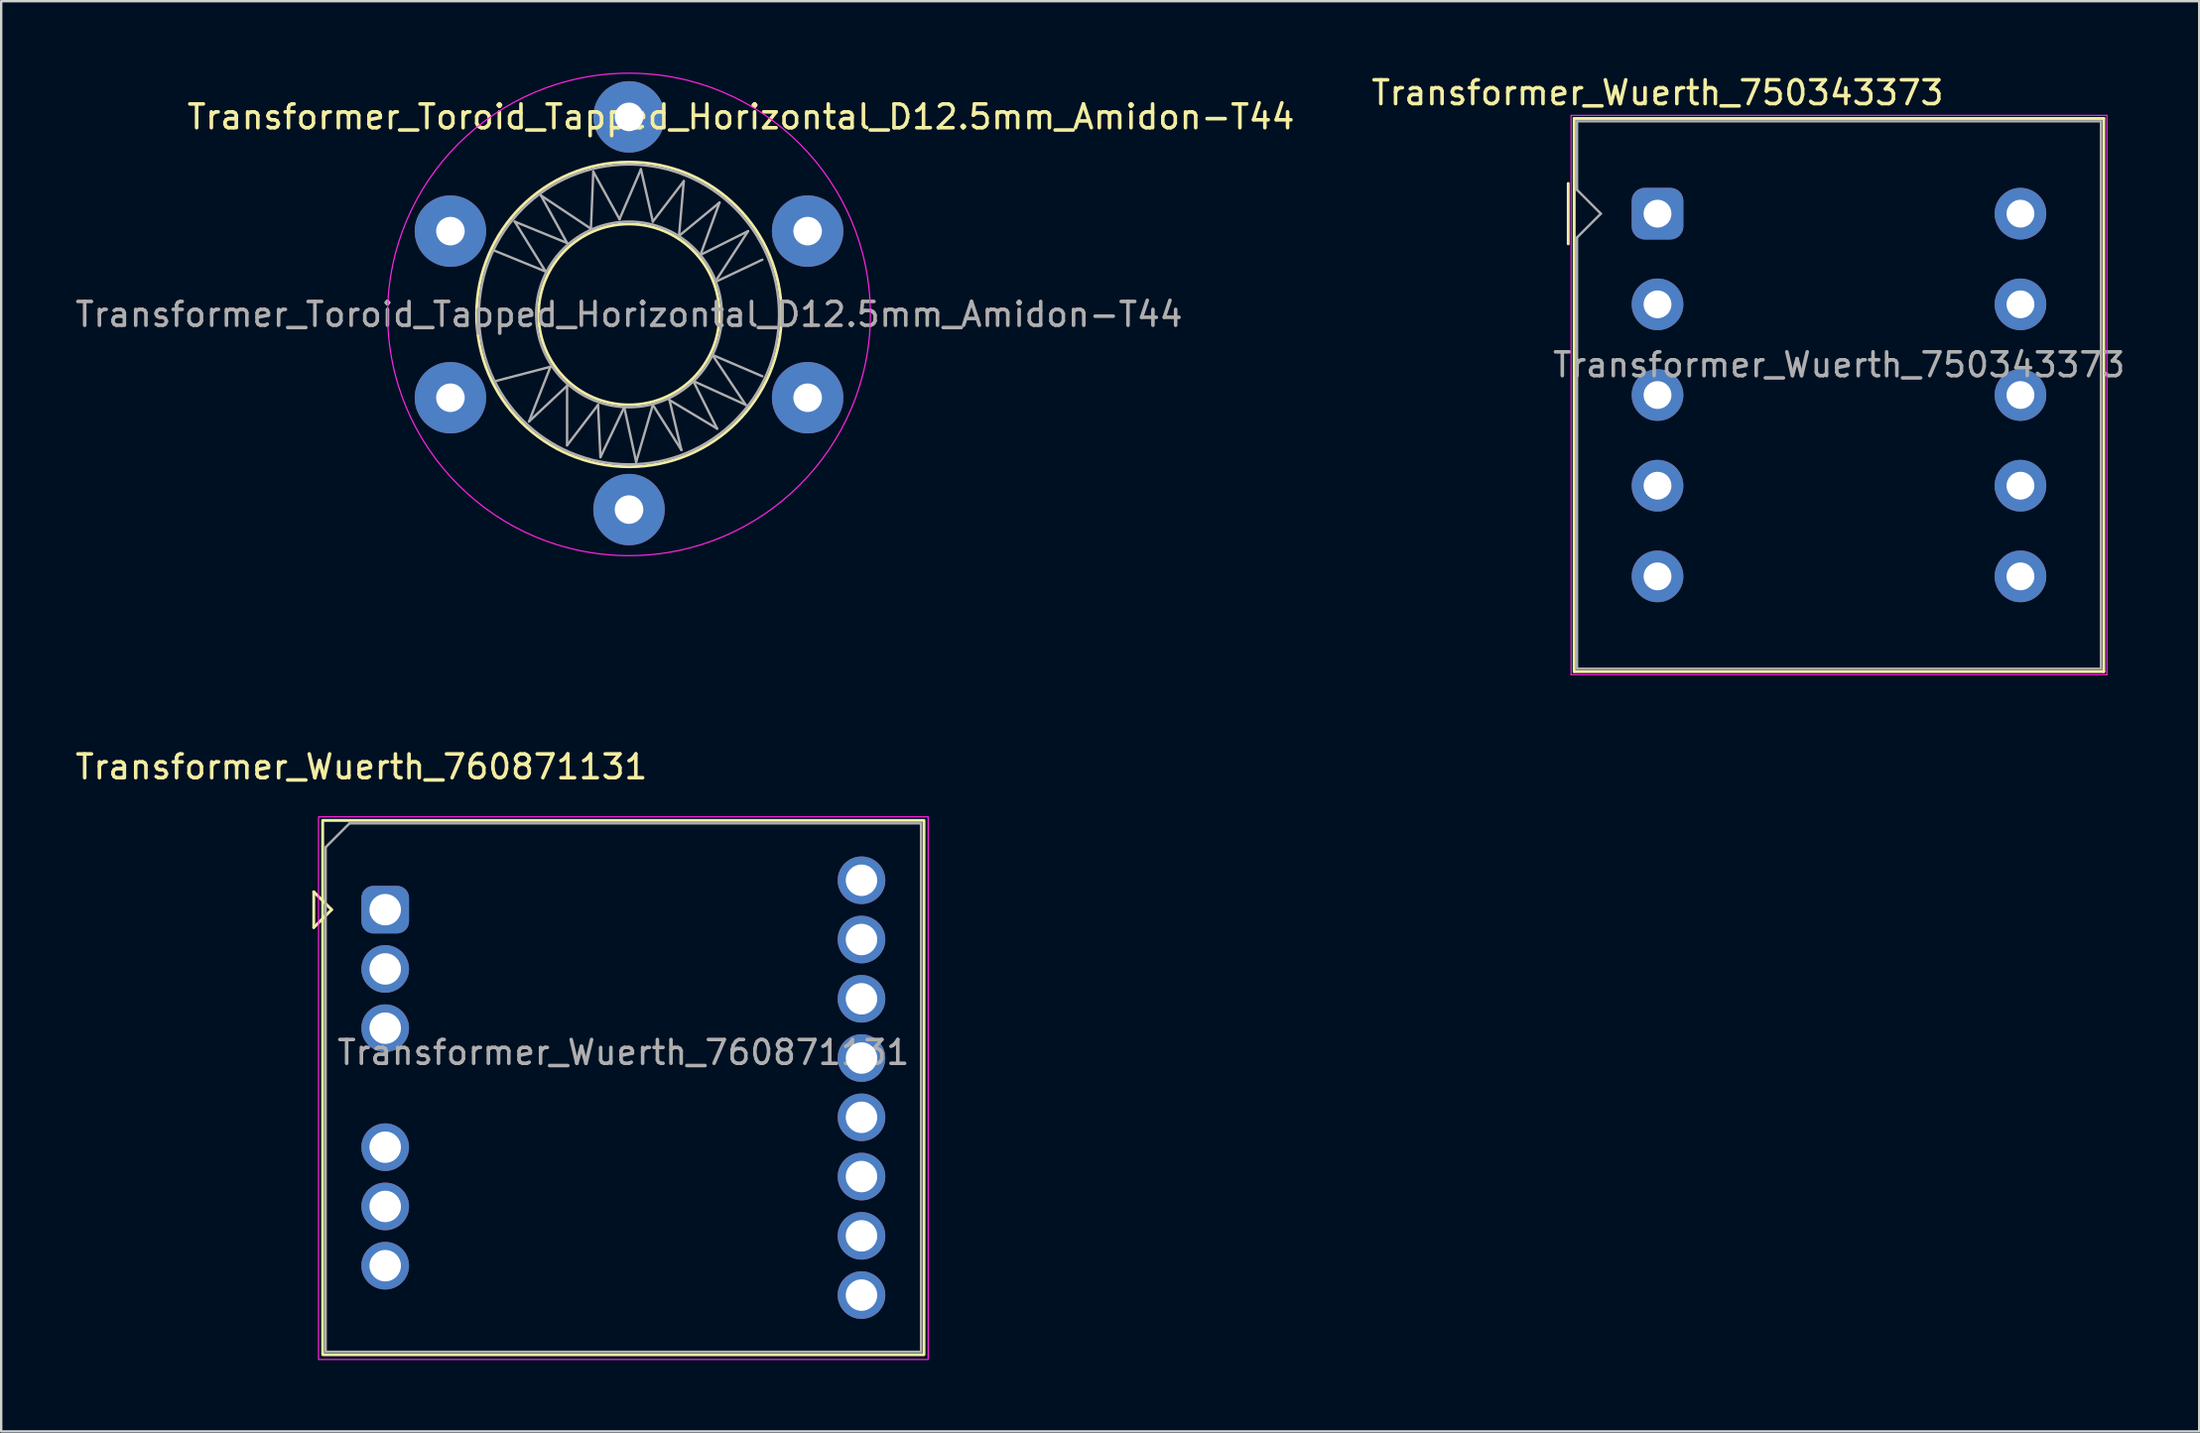
<source format=kicad_pcb>
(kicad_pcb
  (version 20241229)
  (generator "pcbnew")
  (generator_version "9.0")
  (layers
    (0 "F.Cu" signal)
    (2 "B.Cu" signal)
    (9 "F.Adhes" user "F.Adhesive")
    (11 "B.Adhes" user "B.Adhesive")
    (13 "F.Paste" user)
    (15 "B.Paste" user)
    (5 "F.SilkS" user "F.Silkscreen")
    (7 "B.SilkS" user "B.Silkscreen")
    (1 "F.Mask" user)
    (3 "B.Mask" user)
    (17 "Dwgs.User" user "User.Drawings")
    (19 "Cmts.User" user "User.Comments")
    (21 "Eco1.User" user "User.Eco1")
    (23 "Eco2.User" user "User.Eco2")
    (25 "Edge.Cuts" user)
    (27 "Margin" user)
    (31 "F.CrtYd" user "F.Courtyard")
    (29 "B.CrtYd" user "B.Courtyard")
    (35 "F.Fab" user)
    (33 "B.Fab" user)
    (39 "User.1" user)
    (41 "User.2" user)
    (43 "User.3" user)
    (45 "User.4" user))
  (footprint "Transformer_Wuerth_750343373"
    (layer "F.Cu")
    (at 66.551 5.928)
    (property "Reference" "Transformer_Wuerth_750343373" (at 0 -5.08 0) (layer "F.SilkS") (effects (font (size 1 1) (thickness 0.15))))
    (attr through_hole)
    (fp_line (start -3.75 -1.27) (end -3.75 1.27) (stroke (width 0.12) (type solid)) (layer "F.SilkS"))
    (fp_line (start -3.5 -4) (end 18.74 -4) (stroke (width 0.12) (type solid)) (layer "F.SilkS"))
    (fp_line (start -3.5 19.24) (end -3.5 -4) (stroke (width 0.12) (type solid)) (layer "F.SilkS"))
    (fp_line (start 18.74 -4) (end 18.74 19.24) (stroke (width 0.12) (type solid)) (layer "F.SilkS"))
    (fp_line (start 18.74 19.24) (end -3.5 19.24) (stroke (width 0.12) (type solid)) (layer "F.SilkS"))
    (fp_line (start -3.63 -4.13) (end 18.87 -4.13) (stroke (width 0.05) (type solid)) (layer "F.CrtYd"))
    (fp_line (start -3.63 19.37) (end -3.63 -4.13) (stroke (width 0.05) (type solid)) (layer "F.CrtYd"))
    (fp_line (start 18.87 -4.13) (end 18.87 19.37) (stroke (width 0.05) (type solid)) (layer "F.CrtYd"))
    (fp_line (start 18.87 19.37) (end -3.63 19.37) (stroke (width 0.05) (type solid)) (layer "F.CrtYd"))
    (fp_line (start -3.38 -3.88) (end 18.62 -3.88) (stroke (width 0.1) (type solid)) (layer "F.Fab"))
    (fp_line (start -3.38 -1) (end -3.38 -3.88) (stroke (width 0.1) (type solid)) (layer "F.Fab"))
    (fp_line (start -3.38 -1) (end -2.38 0) (stroke (width 0.1) (type solid)) (layer "F.Fab"))
    (fp_line (start -3.38 1) (end -3.38 19.12) (stroke (width 0.1) (type solid)) (layer "F.Fab"))
    (fp_line (start -2.38 0) (end -3.38 1) (stroke (width 0.1) (type solid)) (layer "F.Fab"))
    (fp_line (start 18.62 -3.88) (end 18.62 19.12) (stroke (width 0.1) (type solid)) (layer "F.Fab"))
    (fp_line (start 18.62 19.12) (end -3.38 19.12) (stroke (width 0.1) (type solid)) (layer "F.Fab"))
    (fp_text user "${REFERENCE}" (at 7.62 6.35 0) (layer "F.Fab") (effects (font (size 1 1) (thickness 0.15))))
    (pad "1" thru_hole roundrect (at 0 0) (size 2.17 2.17) (drill 1.17) (layers "*.Cu" "*.Mask") (roundrect_rratio 0.25))
    (pad "2" thru_hole circle (at 0 3.81) (size 2.17 2.17) (drill 1.17) (layers "*.Cu" "*.Mask"))
    (pad "3" thru_hole circle (at 0 7.62) (size 2.17 2.17) (drill 1.17) (layers "*.Cu" "*.Mask"))
    (pad "4" thru_hole circle (at 0 11.43) (size 2.17 2.17) (drill 1.17) (layers "*.Cu" "*.Mask"))
    (pad "5" thru_hole circle (at 0 15.24) (size 2.17 2.17) (drill 1.17) (layers "*.Cu" "*.Mask"))
    (pad "6" thru_hole circle (at 15.24 15.24) (size 2.17 2.17) (drill 1.17) (layers "*.Cu" "*.Mask"))
    (pad "7" thru_hole circle (at 15.24 11.43) (size 2.17 2.17) (drill 1.17) (layers "*.Cu" "*.Mask"))
    (pad "8" thru_hole circle (at 15.24 7.62) (size 2.17 2.17) (drill 1.17) (layers "*.Cu" "*.Mask"))
    (pad "9" thru_hole circle (at 15.24 3.81) (size 2.17 2.17) (drill 1.17) (layers "*.Cu" "*.Mask"))
    (pad "10" thru_hole circle (at 15.24 0) (size 2.17 2.17) (drill 1.17) (layers "*.Cu" "*.Mask")))
  (footprint "Transformer_Wuerth_760871131"
    (layer "F.Cu")
    (at 13.125 35.172)
    (property "Reference" "Transformer_Wuerth_760871131" (at -1 -6 0) (unlocked yes) (layer "F.SilkS") (effects (font (size 1 1) (thickness 0.15))))
    (fp_line (start -3 -0.75) (end -3 0.75) (stroke (width 0.12) (type solid)) (layer "F.SilkS"))
    (fp_line (start -3 -0.75) (end -2.25 0) (stroke (width 0.12) (type solid)) (layer "F.SilkS"))
    (fp_line (start -3 0.75) (end -2.25 0) (stroke (width 0.12) (type solid)) (layer "F.SilkS"))
    (fp_rect (start -2.625 -3.75) (end 22.625 18.7) (stroke (width 0.12) (type solid)) (fill no) (layer "F.SilkS"))
    (fp_rect (start -2.8 -3.9) (end 22.8 18.9) (stroke (width 0.05) (type solid)) (fill no) (layer "F.CrtYd"))
    (fp_line (start -2.5 18.575) (end -2.5 -2.625) (stroke (width 0.1) (type solid)) (layer "F.Fab"))
    (fp_line (start -1.5 -3.625) (end -2.5 -2.625) (stroke (width 0.1) (type solid)) (layer "F.Fab"))
    (fp_line (start -1.5 -3.625) (end 22.5 -3.625) (stroke (width 0.1) (type solid)) (layer "F.Fab"))
    (fp_line (start 22.5 -3.625) (end 22.5 18.575) (stroke (width 0.1) (type solid)) (layer "F.Fab"))
    (fp_line (start 22.5 18.575) (end -2.5 18.575) (stroke (width 0.1) (type solid)) (layer "F.Fab"))
    (fp_text user "${REFERENCE}" (at 10 6 0) (unlocked yes) (layer "F.Fab") (effects (font (size 1 1) (thickness 0.15))))
    (pad "1" thru_hole roundrect (at 0 0) (size 2 2) (drill 1.32) (layers "*.Cu" "*.Mask") (roundrect_rratio 0.25))
    (pad "2" thru_hole circle (at 0 2.49) (size 2 2) (drill 1.32) (layers "*.Cu" "*.Mask"))
    (pad "3" thru_hole circle (at 0 4.98) (size 2 2) (drill 1.32) (layers "*.Cu" "*.Mask"))
    (pad "4" thru_hole circle (at 0 9.98) (size 2 2) (drill 1.32) (layers "*.Cu" "*.Mask"))
    (pad "5" thru_hole circle (at 0 12.47) (size 2 2) (drill 1.32) (layers "*.Cu" "*.Mask"))
    (pad "6" thru_hole circle (at 0 14.96) (size 2 2) (drill 1.32) (layers "*.Cu" "*.Mask"))
    (pad "7" thru_hole circle (at 20 16.195) (size 2 2) (drill 1.32) (layers "*.Cu" "*.Mask"))
    (pad "8" thru_hole circle (at 20 13.705) (size 2 2) (drill 1.32) (layers "*.Cu" "*.Mask"))
    (pad "9" thru_hole circle (at 20 11.215) (size 2 2) (drill 1.32) (layers "*.Cu" "*.Mask"))
    (pad "10" thru_hole circle (at 20 8.725) (size 2 2) (drill 1.32) (layers "*.Cu" "*.Mask"))
    (pad "11" thru_hole circle (at 20 6.235) (size 2 2) (drill 1.32) (layers "*.Cu" "*.Mask"))
    (pad "12" thru_hole circle (at 20 3.745) (size 2 2) (drill 1.32) (layers "*.Cu" "*.Mask"))
    (pad "13" thru_hole circle (at 20 1.255) (size 2 2) (drill 1.32) (layers "*.Cu" "*.Mask"))
    (pad "14" thru_hole circle (at 20 -1.235) (size 2 2) (drill 1.32) (layers "*.Cu" "*.Mask")))
  (footprint "Transformer_Toroid_Tapped_Horizontal_D12.5mm_Amidon-T44"
    (layer "F.Cu")
    (at 15.863 13.661)
    (property "Reference" "Transformer_Toroid_Tapped_Horizontal_D12.5mm_Amidon-T44" (at 12.2 -11.8 0) (layer "F.SilkS") (effects (font (size 1 1) (thickness 0.15))))
    (attr through_hole)
    (fp_circle (center 7.5 -3.5) (end 11.3 -3.5) (stroke (width 0.12) (type solid)) (fill no) (layer "F.SilkS"))
    (fp_circle (center 7.5 -3.5) (end 13.9 -3.4) (stroke (width 0.12) (type solid)) (fill no) (layer "F.SilkS"))
    (fp_circle (center 7.5 -3.5) (end 16.2 1.7) (stroke (width 0.05) (type solid)) (fill no) (layer "F.CrtYd"))
    (fp_line (start 1.8 -6.2) (end 4 -5.3) (stroke (width 0.1) (type solid)) (layer "F.Fab"))
    (fp_line (start 1.9 -0.7) (end 4.2 -1.3) (stroke (width 0.1) (type solid)) (layer "F.Fab"))
    (fp_line (start 2.7 -7.4) (end 4.9 -6.5) (stroke (width 0.1) (type solid)) (layer "F.Fab"))
    (fp_line (start 3.3 1) (end 4.9 -0.5) (stroke (width 0.1) (type solid)) (layer "F.Fab"))
    (fp_line (start 3.8 -8.5) (end 5.9 -7.1) (stroke (width 0.1) (type solid)) (layer "F.Fab"))
    (fp_line (start 4 -5.3) (end 2.7 -7.4) (stroke (width 0.1) (type solid)) (layer "F.Fab"))
    (fp_line (start 4.2 -1.3) (end 3.3 1) (stroke (width 0.1) (type solid)) (layer "F.Fab"))
    (fp_line (start 4.9 -6.5) (end 3.8 -8.5) (stroke (width 0.1) (type solid)) (layer "F.Fab"))
    (fp_line (start 4.9 -0.5) (end 4.9 2) (stroke (width 0.1) (type solid)) (layer "F.Fab"))
    (fp_line (start 4.9 2) (end 6.2 0.3) (stroke (width 0.1) (type solid)) (layer "F.Fab"))
    (fp_line (start 5.9 -7.1) (end 6 -9.5) (stroke (width 0.1) (type solid)) (layer "F.Fab"))
    (fp_line (start 6 -9.5) (end 7.1 -7.5) (stroke (width 0.1) (type solid)) (layer "F.Fab"))
    (fp_line (start 6.2 0.3) (end 6.3 2.5) (stroke (width 0.1) (type solid)) (layer "F.Fab"))
    (fp_line (start 6.3 2.5) (end 7.3 0.4) (stroke (width 0.1) (type solid)) (layer "F.Fab"))
    (fp_line (start 7.1 -7.5) (end 8 -9.6) (stroke (width 0.1) (type solid)) (layer "F.Fab"))
    (fp_line (start 7.3 0.4) (end 7.8 2.7) (stroke (width 0.1) (type solid)) (layer "F.Fab"))
    (fp_line (start 7.8 2.7) (end 8.5 0.3) (stroke (width 0.1) (type solid)) (layer "F.Fab"))
    (fp_line (start 8 -9.6) (end 8.5 -7.4) (stroke (width 0.1) (type solid)) (layer "F.Fab"))
    (fp_line (start 8.5 -7.4) (end 9.8 -9.1) (stroke (width 0.1) (type solid)) (layer "F.Fab"))
    (fp_line (start 8.5 0.3) (end 9.7 2.2) (stroke (width 0.1) (type solid)) (layer "F.Fab"))
    (fp_line (start 9.2 0.1) (end 11.2 1.3) (stroke (width 0.1) (type solid)) (layer "F.Fab"))
    (fp_line (start 9.6 -6.8) (end 11.3 -8.2) (stroke (width 0.1) (type solid)) (layer "F.Fab"))
    (fp_line (start 9.7 2.2) (end 9.2 0.1) (stroke (width 0.1) (type solid)) (layer "F.Fab"))
    (fp_line (start 9.8 -9.1) (end 9.6 -6.8) (stroke (width 0.1) (type solid)) (layer "F.Fab"))
    (fp_line (start 10.2 -0.7) (end 12.4 0.3) (stroke (width 0.1) (type solid)) (layer "F.Fab"))
    (fp_line (start 10.5 -6) (end 12.5 -7) (stroke (width 0.1) (type solid)) (layer "F.Fab"))
    (fp_line (start 11 -1.8) (end 13.1 -0.9) (stroke (width 0.1) (type solid)) (layer "F.Fab"))
    (fp_line (start 11.2 -4.9) (end 13.1 -5.8) (stroke (width 0.1) (type solid)) (layer "F.Fab"))
    (fp_line (start 11.2 1.3) (end 10.2 -0.7) (stroke (width 0.1) (type solid)) (layer "F.Fab"))
    (fp_line (start 11.3 -8.2) (end 10.5 -6) (stroke (width 0.1) (type solid)) (layer "F.Fab"))
    (fp_line (start 12.4 0.3) (end 11 -1.8) (stroke (width 0.1) (type solid)) (layer "F.Fab"))
    (fp_line (start 12.5 -7) (end 11.2 -5) (stroke (width 0.1) (type solid)) (layer "F.Fab"))
    (fp_circle (center 7.5 -3.5) (end 11.4 -3.5) (stroke (width 0.1) (type solid)) (fill no) (layer "F.Fab"))
    (fp_circle (center 7.5 -3.5) (end 13.8 -3.5) (stroke (width 0.1) (type solid)) (fill no) (layer "F.Fab"))
    (fp_text user "${REFERENCE}" (at 7.5 -3.5 0) (layer "F.Fab") (effects (font (size 1 1) (thickness 0.15))))
    (pad "1" thru_hole circle (at 0 0) (size 3 3) (drill 1.2) (layers "*.Cu" "*.Mask"))
    (pad "2" thru_hole circle (at 7.5 4.7) (size 3 3) (drill 1.2) (layers "*.Cu" "*.Mask"))
    (pad "3" thru_hole circle (at 15 0) (size 3 3) (drill 1.2) (layers "*.Cu" "*.Mask"))
    (pad "4" thru_hole circle (at 0 -7) (size 3 3) (drill 1.2) (layers "*.Cu" "*.Mask"))
    (pad "5" thru_hole circle (at 7.5 -11.8) (size 3 3) (drill 1.2) (layers "*.Cu" "*.Mask"))
    (pad "6" thru_hole circle (at 15 -7) (size 3 3) (drill 1.2) (layers "*.Cu" "*.Mask")))
  (gr_rect
    (start -3 -3)
    (end 89.296 57.096)
    (stroke (width 0.1) (type default))
    (fill no)
    (layer "Edge.Cuts")))
</source>
